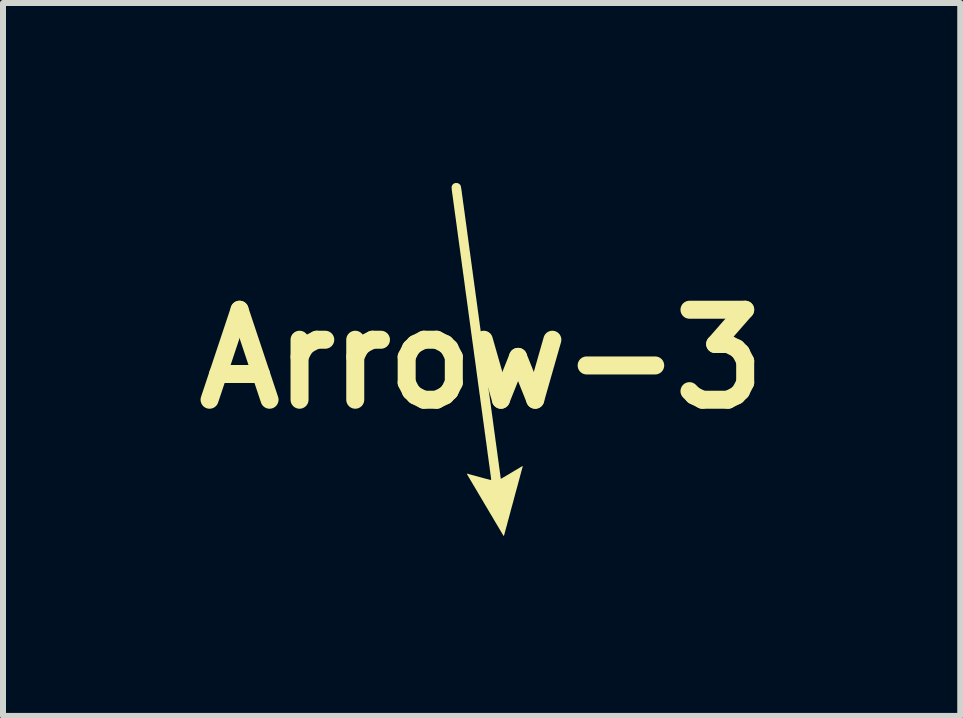
<source format=kicad_pcb>
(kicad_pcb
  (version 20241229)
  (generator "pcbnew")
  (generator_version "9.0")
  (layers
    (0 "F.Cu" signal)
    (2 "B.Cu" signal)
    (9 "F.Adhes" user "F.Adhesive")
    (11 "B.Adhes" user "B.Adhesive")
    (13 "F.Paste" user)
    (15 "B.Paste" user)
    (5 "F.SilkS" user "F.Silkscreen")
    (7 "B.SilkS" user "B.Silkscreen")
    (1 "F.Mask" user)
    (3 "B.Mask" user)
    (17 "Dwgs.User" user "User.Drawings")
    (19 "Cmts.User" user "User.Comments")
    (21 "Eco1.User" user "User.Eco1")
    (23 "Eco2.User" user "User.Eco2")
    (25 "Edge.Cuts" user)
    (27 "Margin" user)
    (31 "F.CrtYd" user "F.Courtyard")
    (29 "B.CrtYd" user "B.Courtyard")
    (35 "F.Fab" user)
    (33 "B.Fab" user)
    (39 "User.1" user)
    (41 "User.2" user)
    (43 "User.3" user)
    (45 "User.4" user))
  (footprint "Arrow-3"
    (layer "F.Cu")
    (at 4.979 2.935)
    (property "Reference" "Arrow-3" (at 0 0 0) (layer "F.SilkS") (effects (font (size 1.5 1.5) (thickness 0.3))))
    (attr board_only exclude_from_pos_files exclude_from_bom)
    (fp_poly (pts (xy -0.396 -2.931) (xy -0.379 -2.923) (xy -0.365 -2.912) (xy -0.353 -2.896) (xy -0.349 -2.886) (xy -0.347 -2.879) (xy -0.345 -2.868) (xy -0.342 -2.853) (xy -0.339 -2.835) (xy -0.336 -2.815) (xy -0.333 -2.795) (xy -0.33 -2.771) (xy -0.327 -2.745) (xy -0.323 -2.72) (xy -0.32 -2.696) (xy -0.317 -2.676) (xy -0.316 -2.667) (xy -0.314 -2.651) (xy -0.311 -2.63) (xy -0.308 -2.606) (xy -0.304 -2.58) (xy -0.3 -2.553) (xy -0.297 -2.527) (xy -0.296 -2.517) (xy -0.29 -2.478) (xy -0.285 -2.443) (xy -0.281 -2.412) (xy -0.278 -2.386) (xy -0.274 -2.362) (xy -0.271 -2.34) (xy -0.269 -2.319) (xy -0.266 -2.299) (xy -0.263 -2.279) (xy -0.26 -2.258) (xy -0.257 -2.235) (xy -0.254 -2.216) (xy -0.251 -2.192) (xy -0.248 -2.168) (xy -0.245 -2.146) (xy -0.242 -2.127) (xy -0.24 -2.112) (xy -0.239 -2.1) (xy -0.238 -2.096) (xy -0.237 -2.086) (xy -0.235 -2.071) (xy -0.233 -2.054) (xy -0.23 -2.035) (xy -0.228 -2.022) (xy -0.226 -2.005) (xy -0.223 -1.984) (xy -0.22 -1.96) (xy -0.216 -1.934) (xy -0.213 -1.906) (xy -0.209 -1.88) (xy -0.208 -1.871) (xy -0.204 -1.842) (xy -0.2 -1.811) (xy -0.195 -1.779) (xy -0.191 -1.747) (xy -0.187 -1.717) (xy -0.183 -1.691) (xy -0.183 -1.69) (xy -0.18 -1.666) (xy -0.176 -1.638) (xy -0.172 -1.607) (xy -0.167 -1.574) (xy -0.163 -1.542) (xy -0.159 -1.511) (xy -0.157 -1.496) (xy -0.152 -1.465) (xy -0.148 -1.43) (xy -0.143 -1.394) (xy -0.138 -1.357) (xy -0.133 -1.321) (xy -0.128 -1.289) (xy -0.127 -1.28) (xy -0.124 -1.255) (xy -0.121 -1.232) (xy -0.118 -1.211) (xy -0.115 -1.193) (xy -0.113 -1.178) (xy -0.112 -1.168) (xy -0.111 -1.163) (xy -0.11 -1.151) (xy -0.107 -1.133) (xy -0.104 -1.111) (xy -0.101 -1.085) (xy -0.097 -1.056) (xy -0.092 -1.024) (xy -0.088 -0.991) (xy -0.083 -0.955) (xy -0.078 -0.919) (xy -0.073 -0.883) (xy -0.068 -0.847) (xy -0.064 -0.813) (xy -0.059 -0.78) (xy -0.055 -0.749) (xy -0.051 -0.722) (xy -0.048 -0.698) (xy -0.045 -0.678) (xy -0.044 -0.668) (xy -0.042 -0.659) (xy -0.041 -0.645) (xy -0.038 -0.627) (xy -0.035 -0.605) (xy -0.032 -0.579) (xy -0.028 -0.551) (xy -0.024 -0.522) (xy -0.019 -0.49) (xy -0.015 -0.458) (xy -0.011 -0.426) (xy -0.006 -0.394) (xy -0.002 -0.364) (xy 0.002 -0.335) (xy 0.005 -0.308) (xy 0.009 -0.284) (xy 0.011 -0.263) (xy 0.014 -0.247) (xy 0.015 -0.235) (xy 0.016 -0.228) (xy 0.018 -0.218) (xy 0.019 -0.203) (xy 0.022 -0.186) (xy 0.024 -0.169) (xy 0.025 -0.164) (xy 0.026 -0.154) (xy 0.028 -0.139) (xy 0.031 -0.119) (xy 0.034 -0.097) (xy 0.038 -0.071) (xy 0.041 -0.044) (xy 0.045 -0.016) (xy 0.049 0.013) (xy 0.053 0.041) (xy 0.056 0.067) (xy 0.06 0.092) (xy 0.063 0.113) (xy 0.065 0.131) (xy 0.067 0.145) (xy 0.067 0.148) (xy 0.068 0.153) (xy 0.069 0.163) (xy 0.071 0.177) (xy 0.074 0.196) (xy 0.077 0.218) (xy 0.08 0.243) (xy 0.084 0.269) (xy 0.088 0.297) (xy 0.095 0.353) (xy 0.102 0.403) (xy 0.108 0.447) (xy 0.114 0.487) (xy 0.118 0.522) (xy 0.122 0.552) (xy 0.126 0.578) (xy 0.129 0.6) (xy 0.131 0.618) (xy 0.133 0.632) (xy 0.135 0.644) (xy 0.136 0.652) (xy 0.136 0.654) (xy 0.138 0.667) (xy 0.14 0.683) (xy 0.142 0.699) (xy 0.143 0.705) (xy 0.145 0.718) (xy 0.147 0.735) (xy 0.15 0.754) (xy 0.153 0.774) (xy 0.155 0.79) (xy 0.158 0.813) (xy 0.161 0.838) (xy 0.165 0.865) (xy 0.168 0.889) (xy 0.17 0.9) (xy 0.172 0.919) (xy 0.176 0.942) (xy 0.179 0.968) (xy 0.183 0.994) (xy 0.186 1.019) (xy 0.187 1.028) (xy 0.19 1.049) (xy 0.193 1.068) (xy 0.195 1.087) (xy 0.198 1.108) (xy 0.201 1.129) (xy 0.204 1.154) (xy 0.208 1.181) (xy 0.212 1.212) (xy 0.217 1.248) (xy 0.22 1.267) (xy 0.222 1.284) (xy 0.225 1.304) (xy 0.227 1.323) (xy 0.228 1.33) (xy 0.23 1.342) (xy 0.232 1.36) (xy 0.235 1.382) (xy 0.239 1.406) (xy 0.242 1.432) (xy 0.246 1.46) (xy 0.25 1.487) (xy 0.253 1.513) (xy 0.257 1.538) (xy 0.26 1.56) (xy 0.262 1.577) (xy 0.264 1.591) (xy 0.266 1.609) (xy 0.269 1.631) (xy 0.273 1.655) (xy 0.276 1.68) (xy 0.279 1.704) (xy 0.283 1.729) (xy 0.286 1.754) (xy 0.289 1.778) (xy 0.292 1.801) (xy 0.295 1.82) (xy 0.297 1.834) (xy 0.3 1.853) (xy 0.302 1.873) (xy 0.305 1.892) (xy 0.307 1.907) (xy 0.307 1.909) (xy 0.31 1.926) (xy 0.312 1.945) (xy 0.314 1.963) (xy 0.315 1.968) (xy 0.317 1.98) (xy 0.318 1.99) (xy 0.32 1.996) (xy 0.321 1.997) (xy 0.324 1.995) (xy 0.331 1.991) (xy 0.342 1.985) (xy 0.355 1.977) (xy 0.37 1.968) (xy 0.374 1.967) (xy 0.388 1.958) (xy 0.406 1.947) (xy 0.428 1.934) (xy 0.452 1.92) (xy 0.477 1.905) (xy 0.502 1.89) (xy 0.527 1.875) (xy 0.55 1.861) (xy 0.573 1.848) (xy 0.595 1.835) (xy 0.615 1.823) (xy 0.633 1.812) (xy 0.646 1.804) (xy 0.656 1.798) (xy 0.658 1.797) (xy 0.669 1.791) (xy 0.678 1.786) (xy 0.684 1.782) (xy 0.686 1.782) (xy 0.685 1.785) (xy 0.683 1.793) (xy 0.68 1.806) (xy 0.675 1.825) (xy 0.669 1.847) (xy 0.661 1.874) (xy 0.653 1.905) (xy 0.644 1.939) (xy 0.634 1.977) (xy 0.623 2.017) (xy 0.611 2.061) (xy 0.599 2.107) (xy 0.586 2.155) (xy 0.572 2.204) (xy 0.558 2.256) (xy 0.544 2.309) (xy 0.53 2.362) (xy 0.515 2.417) (xy 0.5 2.471) (xy 0.485 2.526) (xy 0.474 2.569) (xy 0.463 2.61) (xy 0.453 2.647) (xy 0.444 2.679) (xy 0.436 2.707) (xy 0.43 2.732) (xy 0.424 2.754) (xy 0.419 2.774) (xy 0.414 2.792) (xy 0.409 2.808) (xy 0.405 2.825) (xy 0.4 2.841) (xy 0.396 2.858) (xy 0.392 2.871) (xy 0.387 2.891) (xy 0.382 2.909) (xy 0.378 2.925) (xy 0.374 2.937) (xy 0.372 2.946) (xy 0.371 2.949) (xy 0.369 2.949) (xy 0.367 2.948) (xy 0.363 2.943) (xy 0.358 2.935) (xy 0.35 2.923) (xy 0.34 2.907) (xy 0.329 2.887) (xy 0.302 2.842) (xy 0.276 2.798) (xy 0.251 2.756) (xy 0.226 2.715) (xy 0.204 2.677) (xy 0.183 2.641) (xy 0.164 2.609) (xy 0.147 2.581) (xy 0.133 2.558) (xy 0.131 2.554) (xy 0.11 2.518) (xy 0.088 2.481) (xy 0.065 2.442) (xy 0.042 2.404) (xy 0.02 2.366) (xy -0.002 2.329) (xy -0.022 2.295) (xy -0.041 2.263) (xy -0.058 2.235) (xy -0.072 2.211) (xy -0.073 2.209) (xy -0.085 2.188) (xy -0.098 2.167) (xy -0.11 2.147) (xy -0.121 2.128) (xy -0.13 2.113) (xy -0.136 2.104) (xy -0.143 2.092) (xy -0.152 2.076) (xy -0.163 2.057) (xy -0.175 2.037) (xy -0.188 2.015) (xy -0.201 1.993) (xy -0.203 1.989) (xy -0.215 1.97) (xy -0.225 1.952) (xy -0.234 1.937) (xy -0.241 1.924) (xy -0.245 1.915) (xy -0.248 1.91) (xy -0.248 1.91) (xy -0.245 1.91) (xy -0.236 1.912) (xy -0.223 1.916) (xy -0.206 1.92) (xy -0.185 1.926) (xy -0.16 1.933) (xy -0.133 1.94) (xy -0.103 1.948) (xy -0.071 1.957) (xy -0.044 1.964) (xy -0.005 1.975) (xy 0.028 1.984) (xy 0.057 1.992) (xy 0.081 1.998) (xy 0.101 2.003) (xy 0.117 2.008) (xy 0.13 2.011) (xy 0.14 2.013) (xy 0.147 2.014) (xy 0.152 2.015) (xy 0.155 2.015) (xy 0.157 2.015) (xy 0.158 2.014) (xy 0.159 2.013) (xy 0.159 2.01) (xy 0.158 2.004) (xy 0.157 1.993) (xy 0.155 1.979) (xy 0.153 1.961) (xy 0.15 1.938) (xy 0.146 1.911) (xy 0.142 1.879) (xy 0.137 1.842) (xy 0.132 1.801) (xy 0.125 1.754) (xy 0.118 1.701) (xy 0.111 1.653) (xy 0.109 1.633) (xy 0.105 1.608) (xy 0.101 1.58) (xy 0.097 1.55) (xy 0.093 1.519) (xy 0.089 1.488) (xy 0.085 1.458) (xy 0.081 1.431) (xy 0.078 1.404) (xy 0.074 1.379) (xy 0.071 1.357) (xy 0.068 1.337) (xy 0.066 1.321) (xy 0.065 1.31) (xy 0.064 1.308) (xy 0.063 1.298) (xy 0.062 1.287) (xy 0.06 1.275) (xy 0.058 1.262) (xy 0.056 1.246) (xy 0.053 1.227) (xy 0.05 1.205) (xy 0.047 1.179) (xy 0.043 1.15) (xy 0.038 1.116) (xy 0.033 1.076) (xy 0.029 1.05) (xy 0.025 1.02) (xy 0.021 0.99) (xy 0.017 0.96) (xy 0.013 0.932) (xy 0.01 0.907) (xy 0.007 0.885) (xy 0.004 0.867) (xy 0.003 0.857) (xy 0.000402 0.839) (xy -0.003 0.816) (xy -0.006 0.791) (xy -0.01 0.765) (xy -0.013 0.74) (xy -0.015 0.728) (xy -0.02 0.691) (xy -0.024 0.657) (xy -0.028 0.627) (xy -0.032 0.599) (xy -0.036 0.572) (xy -0.04 0.545) (xy -0.043 0.516) (xy -0.045 0.503) (xy -0.048 0.487) (xy -0.05 0.466) (xy -0.054 0.441) (xy -0.058 0.413) (xy -0.062 0.383) (xy -0.066 0.351) (xy -0.07 0.319) (xy -0.075 0.288) (xy -0.079 0.258) (xy -0.084 0.222) (xy -0.089 0.183) (xy -0.094 0.142) (xy -0.1 0.098) (xy -0.106 0.055) (xy -0.112 0.011) (xy -0.118 -0.031) (xy -0.123 -0.067) (xy -0.128 -0.103) (xy -0.132 -0.137) (xy -0.137 -0.17) (xy -0.141 -0.202) (xy -0.145 -0.231) (xy -0.149 -0.257) (xy -0.152 -0.279) (xy -0.154 -0.297) (xy -0.156 -0.31) (xy -0.157 -0.315) (xy -0.159 -0.33) (xy -0.161 -0.345) (xy -0.162 -0.357) (xy -0.163 -0.364) (xy -0.164 -0.366) (xy -0.164 -0.368) (xy -0.165 -0.372) (xy -0.165 -0.378) (xy -0.166 -0.386) (xy -0.168 -0.397) (xy -0.17 -0.41) (xy -0.172 -0.427) (xy -0.175 -0.447) (xy -0.178 -0.471) (xy -0.182 -0.499) (xy -0.186 -0.531) (xy -0.191 -0.567) (xy -0.197 -0.609) (xy -0.203 -0.655) (xy -0.21 -0.706) (xy -0.217 -0.755) (xy -0.223 -0.803) (xy -0.229 -0.847) (xy -0.234 -0.885) (xy -0.239 -0.919) (xy -0.243 -0.95) (xy -0.247 -0.977) (xy -0.25 -0.999) (xy -0.252 -1.016) (xy -0.255 -1.039) (xy -0.259 -1.064) (xy -0.263 -1.093) (xy -0.267 -1.122) (xy -0.271 -1.152) (xy -0.275 -1.181) (xy -0.275 -1.183) (xy -0.283 -1.242) (xy -0.29 -1.297) (xy -0.297 -1.347) (xy -0.303 -1.392) (xy -0.309 -1.433) (xy -0.314 -1.468) (xy -0.317 -1.495) (xy -0.32 -1.512) (xy -0.323 -1.533) (xy -0.326 -1.556) (xy -0.329 -1.58) (xy -0.332 -1.602) (xy -0.332 -1.603) (xy -0.335 -1.623) (xy -0.337 -1.641) (xy -0.339 -1.656) (xy -0.341 -1.668) (xy -0.342 -1.676) (xy -0.342 -1.678) (xy -0.343 -1.683) (xy -0.344 -1.694) (xy -0.346 -1.709) (xy -0.349 -1.726) (xy -0.352 -1.746) (xy -0.354 -1.764) (xy -0.357 -1.788) (xy -0.361 -1.814) (xy -0.364 -1.84) (xy -0.368 -1.864) (xy -0.37 -1.885) (xy -0.372 -1.893) (xy -0.374 -1.911) (xy -0.377 -1.934) (xy -0.381 -1.959) (xy -0.384 -1.985) (xy -0.388 -2.01) (xy -0.389 -2.022) (xy -0.393 -2.048) (xy -0.397 -2.078) (xy -0.401 -2.109) (xy -0.405 -2.14) (xy -0.409 -2.168) (xy -0.41 -2.174) (xy -0.413 -2.197) (xy -0.416 -2.221) (xy -0.419 -2.244) (xy -0.422 -2.265) (xy -0.425 -2.283) (xy -0.426 -2.291) (xy -0.429 -2.318) (xy -0.434 -2.348) (xy -0.438 -2.383) (xy -0.444 -2.422) (xy -0.45 -2.467) (xy -0.457 -2.516) (xy -0.464 -2.571) (xy -0.467 -2.591) (xy -0.471 -2.621) (xy -0.475 -2.651) (xy -0.479 -2.682) (xy -0.483 -2.711) (xy -0.487 -2.738) (xy -0.49 -2.762) (xy -0.493 -2.781) (xy -0.493 -2.787) (xy -0.497 -2.812) (xy -0.499 -2.832) (xy -0.5 -2.848) (xy -0.501 -2.86) (xy -0.5 -2.87) (xy -0.498 -2.879) (xy -0.496 -2.887) (xy -0.493 -2.893) (xy -0.482 -2.91) (xy -0.467 -2.922) (xy -0.451 -2.931) (xy -0.433 -2.935) (xy -0.414 -2.935)) (stroke (width 0) (type solid)) (fill yes) (layer "F.SilkS")))
  (gr_rect
    (start -3 -3)
    (end 12.957 8.884)
    (stroke (width 0.1) (type default))
    (fill no)
    (layer "Edge.Cuts")))
</source>
